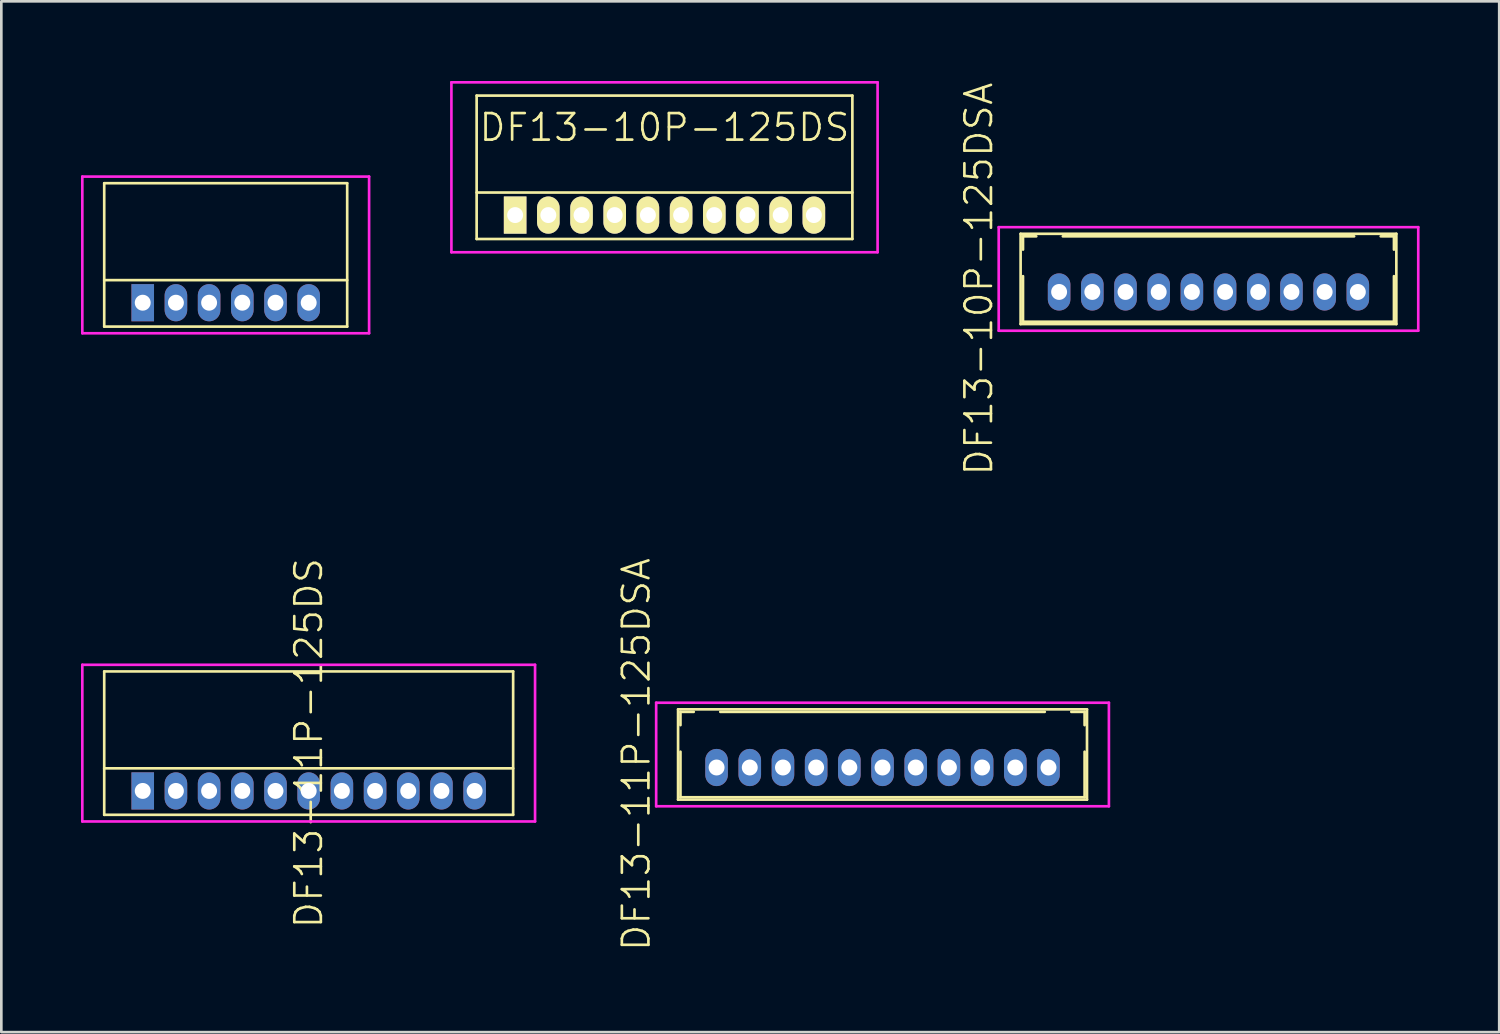
<source format=kicad_pcb>
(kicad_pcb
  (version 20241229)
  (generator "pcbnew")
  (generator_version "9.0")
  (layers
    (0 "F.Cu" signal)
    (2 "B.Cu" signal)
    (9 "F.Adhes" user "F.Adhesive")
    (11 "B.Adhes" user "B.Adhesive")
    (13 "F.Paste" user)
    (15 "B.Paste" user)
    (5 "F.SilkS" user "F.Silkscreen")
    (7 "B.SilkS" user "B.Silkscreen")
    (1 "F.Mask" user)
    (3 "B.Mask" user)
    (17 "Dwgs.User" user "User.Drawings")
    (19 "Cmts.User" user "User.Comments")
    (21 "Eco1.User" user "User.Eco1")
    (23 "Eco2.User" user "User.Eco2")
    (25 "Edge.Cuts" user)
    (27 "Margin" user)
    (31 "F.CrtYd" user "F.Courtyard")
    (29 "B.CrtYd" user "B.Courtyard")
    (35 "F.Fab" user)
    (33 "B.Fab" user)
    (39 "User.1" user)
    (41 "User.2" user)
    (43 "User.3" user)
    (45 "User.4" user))
  (footprint "DF13-10P-125DSA"
    (layer "F.Cu")
    (at 42.461 7.945)
    (property "Reference" "DF13-10P-125DSA" (at -8.65 -0.49 90) (layer "F.SilkS") (effects (font (size 1 1) (thickness 0.1))))
    (attr through_hole)
    (fp_line (start -7.075 -2.19) (end -7.075 1.21) (stroke (width 0.1) (type solid)) (layer "F.SilkS"))
    (fp_line (start -7.075 -2.19) (end 7.075 -2.19) (stroke (width 0.1) (type solid)) (layer "F.SilkS"))
    (fp_line (start -7.075 1.21) (end 7.075 1.21) (stroke (width 0.1) (type solid)) (layer "F.SilkS"))
    (fp_line (start -6.985 -2.095) (end -6.985 -1.595) (stroke (width 0.1) (type solid)) (layer "F.SilkS"))
    (fp_line (start -6.985 -2.095) (end -6.485 -2.095) (stroke (width 0.1) (type solid)) (layer "F.SilkS"))
    (fp_line (start -6.985 -0.595) (end -6.985 1.12) (stroke (width 0.1) (type solid)) (layer "F.SilkS"))
    (fp_line (start -6.985 1.12) (end 6.985 1.12) (stroke (width 0.1) (type solid)) (layer "F.SilkS"))
    (fp_line (start -5.485 -2.095) (end 5.485 -2.095) (stroke (width 0.1) (type solid)) (layer "F.SilkS"))
    (fp_line (start 6.485 -2.095) (end 6.985 -2.095) (stroke (width 0.1) (type solid)) (layer "F.SilkS"))
    (fp_line (start 6.985 -2.095) (end 6.985 -1.595) (stroke (width 0.1) (type solid)) (layer "F.SilkS"))
    (fp_line (start 6.985 -0.595) (end 6.985 1.12) (stroke (width 0.1) (type solid)) (layer "F.SilkS"))
    (fp_line (start 7.075 -2.19) (end 7.075 1.21) (stroke (width 0.1) (type solid)) (layer "F.SilkS"))
    (fp_line (start -7.9 -2.44) (end -7.9 1.46) (stroke (width 0.1) (type solid)) (layer "F.CrtYd"))
    (fp_line (start -7.9 1.46) (end 7.9 1.46) (stroke (width 0.1) (type solid)) (layer "F.CrtYd"))
    (fp_line (start 7.9 -2.44) (end -7.9 -2.44) (stroke (width 0.1) (type solid)) (layer "F.CrtYd"))
    (fp_line (start 7.9 1.46) (end 7.9 -2.44) (stroke (width 0.1) (type solid)) (layer "F.CrtYd"))
    (pad "1" thru_hole oval (at -5.625 0) (size 0.85 1.4) (drill 0.6) (layers "*.Cu" "*.Mask"))
    (pad "2" thru_hole oval (at -4.375 0) (size 0.85 1.4) (drill 0.6) (layers "*.Cu" "*.Mask"))
    (pad "3" thru_hole oval (at -3.125 0) (size 0.85 1.4) (drill 0.6) (layers "*.Cu" "*.Mask"))
    (pad "4" thru_hole oval (at -1.875 0) (size 0.85 1.4) (drill 0.6) (layers "*.Cu" "*.Mask"))
    (pad "5" thru_hole oval (at -0.625 0) (size 0.85 1.4) (drill 0.6) (layers "*.Cu" "*.Mask"))
    (pad "6" thru_hole oval (at 0.625 0) (size 0.85 1.4) (drill 0.6) (layers "*.Cu" "*.Mask"))
    (pad "7" thru_hole oval (at 1.875 0) (size 0.85 1.4) (drill 0.6) (layers "*.Cu" "*.Mask"))
    (pad "8" thru_hole oval (at 3.125 0) (size 0.85 1.4) (drill 0.6) (layers "*.Cu" "*.Mask"))
    (pad "9" thru_hole oval (at 4.375 0) (size 0.85 1.4) (drill 0.6) (layers "*.Cu" "*.Mask"))
    (pad "10" thru_hole oval (at 5.625 0) (size 0.85 1.4) (drill 0.6) (layers "*.Cu" "*.Mask")))
  (footprint "DF13-11P-125DSA"
    (layer "F.Cu")
    (at 30.186 25.854)
    (property "Reference" "DF13-11P-125DSA" (at -9.275 -0.49 90) (layer "F.SilkS") (effects (font (size 1 1) (thickness 0.1))))
    (attr through_hole)
    (fp_line (start -7.7 -2.19) (end -7.7 1.21) (stroke (width 0.1) (type solid)) (layer "F.SilkS"))
    (fp_line (start -7.7 -2.19) (end 7.7 -2.19) (stroke (width 0.1) (type solid)) (layer "F.SilkS"))
    (fp_line (start -7.7 1.21) (end 7.7 1.21) (stroke (width 0.1) (type solid)) (layer "F.SilkS"))
    (fp_line (start -7.61 -2.095) (end -7.61 -1.595) (stroke (width 0.1) (type solid)) (layer "F.SilkS"))
    (fp_line (start -7.61 -2.095) (end -7.11 -2.095) (stroke (width 0.1) (type solid)) (layer "F.SilkS"))
    (fp_line (start -7.61 -0.595) (end -7.61 1.12) (stroke (width 0.1) (type solid)) (layer "F.SilkS"))
    (fp_line (start -7.61 1.12) (end 7.61 1.12) (stroke (width 0.1) (type solid)) (layer "F.SilkS"))
    (fp_line (start -6.11 -2.095) (end 6.11 -2.095) (stroke (width 0.1) (type solid)) (layer "F.SilkS"))
    (fp_line (start 7.11 -2.095) (end 7.61 -2.095) (stroke (width 0.1) (type solid)) (layer "F.SilkS"))
    (fp_line (start 7.61 -2.095) (end 7.61 -1.595) (stroke (width 0.1) (type solid)) (layer "F.SilkS"))
    (fp_line (start 7.61 -0.595) (end 7.61 1.12) (stroke (width 0.1) (type solid)) (layer "F.SilkS"))
    (fp_line (start 7.7 -2.19) (end 7.7 1.21) (stroke (width 0.1) (type solid)) (layer "F.SilkS"))
    (fp_line (start -8.525 -2.44) (end -8.525 1.46) (stroke (width 0.1) (type solid)) (layer "F.CrtYd"))
    (fp_line (start -8.525 1.46) (end 8.525 1.46) (stroke (width 0.1) (type solid)) (layer "F.CrtYd"))
    (fp_line (start 8.525 -2.44) (end -8.525 -2.44) (stroke (width 0.1) (type solid)) (layer "F.CrtYd"))
    (fp_line (start 8.525 1.46) (end 8.525 -2.44) (stroke (width 0.1) (type solid)) (layer "F.CrtYd"))
    (pad "1" thru_hole oval (at -6.25 0) (size 0.85 1.4) (drill 0.6) (layers "*.Cu" "*.Mask"))
    (pad "2" thru_hole oval (at -5 0) (size 0.85 1.4) (drill 0.6) (layers "*.Cu" "*.Mask"))
    (pad "3" thru_hole oval (at -3.75 0) (size 0.85 1.4) (drill 0.6) (layers "*.Cu" "*.Mask"))
    (pad "4" thru_hole oval (at -2.5 0) (size 0.85 1.4) (drill 0.6) (layers "*.Cu" "*.Mask"))
    (pad "5" thru_hole oval (at -1.25 0) (size 0.85 1.4) (drill 0.6) (layers "*.Cu" "*.Mask"))
    (pad "6" thru_hole oval (at 0 0) (size 0.85 1.4) (drill 0.6) (layers "*.Cu" "*.Mask"))
    (pad "7" thru_hole oval (at 1.25 0) (size 0.85 1.4) (drill 0.6) (layers "*.Cu" "*.Mask"))
    (pad "8" thru_hole oval (at 2.5 0) (size 0.85 1.4) (drill 0.6) (layers "*.Cu" "*.Mask"))
    (pad "9" thru_hole oval (at 3.75 0) (size 0.85 1.4) (drill 0.6) (layers "*.Cu" "*.Mask"))
    (pad "10" thru_hole oval (at 5 0) (size 0.85 1.4) (drill 0.6) (layers "*.Cu" "*.Mask"))
    (pad "11" thru_hole oval (at 6.25 0) (size 0.85 1.4) (drill 0.6) (layers "*.Cu" "*.Mask")))
  (footprint "DF13-11P-125DS"
    (layer "F.Cu")
    (at 8.575 26.736)
    (property "Reference" "DF13-11P-125DS" (at 0 -1.8 90) (layer "F.SilkS") (effects (font (size 1 1) (thickness 0.1))))
    (attr through_hole)
    (fp_line (start -7.7 -4.5) (end -7.7 0.9) (stroke (width 0.1) (type solid)) (layer "F.SilkS"))
    (fp_line (start -7.7 -4.5) (end 7.7 -4.5) (stroke (width 0.1) (type solid)) (layer "F.SilkS"))
    (fp_line (start -7.7 -0.85) (end 7.7 -0.85) (stroke (width 0.1) (type solid)) (layer "F.SilkS"))
    (fp_line (start -7.7 0.9) (end 7.7 0.9) (stroke (width 0.1) (type solid)) (layer "F.SilkS"))
    (fp_line (start 7.7 -4.5) (end 7.7 0.9) (stroke (width 0.1) (type solid)) (layer "F.SilkS"))
    (fp_line (start -8.525 -4.75) (end -8.525 1.15) (stroke (width 0.1) (type solid)) (layer "F.CrtYd"))
    (fp_line (start -8.525 1.15) (end 8.525 1.15) (stroke (width 0.1) (type solid)) (layer "F.CrtYd"))
    (fp_line (start 8.525 -4.75) (end -8.525 -4.75) (stroke (width 0.1) (type solid)) (layer "F.CrtYd"))
    (fp_line (start 8.525 1.15) (end 8.525 -4.75) (stroke (width 0.1) (type solid)) (layer "F.CrtYd"))
    (pad "1" thru_hole rect (at -6.25 0) (size 0.85 1.4) (drill 0.6) (layers "*.Cu" "*.Mask"))
    (pad "2" thru_hole oval (at -5 0) (size 0.85 1.4) (drill 0.6) (layers "*.Cu" "*.Mask"))
    (pad "3" thru_hole oval (at -3.75 0) (size 0.85 1.4) (drill 0.6) (layers "*.Cu" "*.Mask"))
    (pad "4" thru_hole oval (at -2.5 0) (size 0.85 1.4) (drill 0.6) (layers "*.Cu" "*.Mask"))
    (pad "5" thru_hole oval (at -1.25 0) (size 0.85 1.4) (drill 0.6) (layers "*.Cu" "*.Mask"))
    (pad "6" thru_hole oval (at 0 0) (size 0.85 1.4) (drill 0.6) (layers "*.Cu" "*.Mask"))
    (pad "7" thru_hole oval (at 1.25 0) (size 0.85 1.4) (drill 0.6) (layers "*.Cu" "*.Mask"))
    (pad "8" thru_hole oval (at 2.5 0) (size 0.85 1.4) (drill 0.6) (layers "*.Cu" "*.Mask"))
    (pad "9" thru_hole oval (at 3.75 0) (size 0.85 1.4) (drill 0.6) (layers "*.Cu" "*.Mask"))
    (pad "10" thru_hole oval (at 5 0) (size 0.85 1.4) (drill 0.6) (layers "*.Cu" "*.Mask"))
    (pad "11" thru_hole oval (at 6.25 0) (size 0.85 1.4) (drill 0.6) (layers "*.Cu" "*.Mask")))
  (footprint "DF13-10P-125DS"
    (layer "F.Cu")
    (at 21.975 5.05)
    (property "Reference" "DF13-10P-125DS" (at 0 -3.3 0) (layer "F.SilkS") (effects (font (size 1 1) (thickness 0.1))))
    (attr through_hole)
    (fp_line (start -7.075 -4.5) (end -7.075 0.9) (stroke (width 0.1) (type solid)) (layer "F.SilkS"))
    (fp_line (start -7.075 -4.5) (end 7.075 -4.5) (stroke (width 0.1) (type solid)) (layer "F.SilkS"))
    (fp_line (start -7.075 -0.85) (end 7.075 -0.85) (stroke (width 0.1) (type solid)) (layer "F.SilkS"))
    (fp_line (start -7.075 0.9) (end 7.075 0.9) (stroke (width 0.1) (type solid)) (layer "F.SilkS"))
    (fp_line (start 7.075 -4.5) (end 7.075 0.9) (stroke (width 0.1) (type solid)) (layer "F.SilkS"))
    (fp_line (start -8.025 -5) (end -8.025 1.4) (stroke (width 0.1) (type solid)) (layer "F.CrtYd"))
    (fp_line (start -8.025 1.4) (end 8.025 1.4) (stroke (width 0.1) (type solid)) (layer "F.CrtYd"))
    (fp_line (start 8.025 -5) (end -8.025 -5) (stroke (width 0.1) (type solid)) (layer "F.CrtYd"))
    (fp_line (start 8.025 1.4) (end 8.025 -5) (stroke (width 0.1) (type solid)) (layer "F.CrtYd"))
    (pad "1" thru_hole rect (at -5.625 0) (size 0.85 1.4) (drill 0.6) (layers "*.Cu" "*.Mask" "F.SilkS"))
    (pad "2" thru_hole oval (at -4.375 0) (size 0.85 1.4) (drill 0.6) (layers "*.Cu" "*.Mask" "F.SilkS"))
    (pad "3" thru_hole oval (at -3.125 0) (size 0.85 1.4) (drill 0.6) (layers "*.Cu" "*.Mask" "F.SilkS"))
    (pad "4" thru_hole oval (at -1.875 0) (size 0.85 1.4) (drill 0.6) (layers "*.Cu" "*.Mask" "F.SilkS"))
    (pad "5" thru_hole oval (at -0.625 0) (size 0.85 1.4) (drill 0.6) (layers "*.Cu" "*.Mask" "F.SilkS"))
    (pad "6" thru_hole oval (at 0.625 0) (size 0.85 1.4) (drill 0.6) (layers "*.Cu" "*.Mask" "F.SilkS"))
    (pad "7" thru_hole oval (at 1.875 0) (size 0.85 1.4) (drill 0.6) (layers "*.Cu" "*.Mask" "F.SilkS"))
    (pad "8" thru_hole oval (at 3.125 0) (size 0.85 1.4) (drill 0.6) (layers "*.Cu" "*.Mask" "F.SilkS"))
    (pad "9" thru_hole oval (at 4.375 0) (size 0.85 1.4) (drill 0.6) (layers "*.Cu" "*.Mask" "F.SilkS"))
    (pad "10" thru_hole oval (at 5.625 0) (size 0.85 1.4) (drill 0.6) (layers "*.Cu" "*.Mask" "F.SilkS")))
  (footprint "DF13-6P-125DS"
    (layer "F.Cu")
    (at 5.45 8.35)
    (property "Reference" "DF13-6P-125DS" (at 0 -1.8 90) (layer "User.1") (effects (font (size 1 1) (thickness 0.1))))
    (attr through_hole)
    (fp_line (start -4.575 -4.5) (end -4.575 0.9) (stroke (width 0.1) (type solid)) (layer "F.SilkS"))
    (fp_line (start -4.575 -4.5) (end 4.575 -4.5) (stroke (width 0.1) (type solid)) (layer "F.SilkS"))
    (fp_line (start -4.575 -0.85) (end 4.575 -0.85) (stroke (width 0.1) (type solid)) (layer "F.SilkS"))
    (fp_line (start -4.575 0.9) (end 4.575 0.9) (stroke (width 0.1) (type solid)) (layer "F.SilkS"))
    (fp_line (start 4.575 -4.5) (end 4.575 0.9) (stroke (width 0.1) (type solid)) (layer "F.SilkS"))
    (fp_line (start -5.4 -4.75) (end -5.4 1.15) (stroke (width 0.1) (type solid)) (layer "F.CrtYd"))
    (fp_line (start -5.4 1.15) (end 5.4 1.15) (stroke (width 0.1) (type solid)) (layer "F.CrtYd"))
    (fp_line (start 5.4 -4.75) (end -5.4 -4.75) (stroke (width 0.1) (type solid)) (layer "F.CrtYd"))
    (fp_line (start 5.4 1.15) (end 5.4 -4.75) (stroke (width 0.1) (type solid)) (layer "F.CrtYd"))
    (pad "1" thru_hole rect (at -3.125 0) (size 0.85 1.4) (drill 0.6) (layers "*.Cu" "*.Mask"))
    (pad "2" thru_hole oval (at -1.875 0) (size 0.85 1.4) (drill 0.6) (layers "*.Cu" "*.Mask"))
    (pad "3" thru_hole oval (at -0.625 0) (size 0.85 1.4) (drill 0.6) (layers "*.Cu" "*.Mask"))
    (pad "4" thru_hole oval (at 0.625 0) (size 0.85 1.4) (drill 0.6) (layers "*.Cu" "*.Mask"))
    (pad "5" thru_hole oval (at 1.875 0) (size 0.85 1.4) (drill 0.6) (layers "*.Cu" "*.Mask"))
    (pad "6" thru_hole oval (at 3.125 0) (size 0.85 1.4) (drill 0.6) (layers "*.Cu" "*.Mask")))
  (gr_rect
    (start -3 -3)
    (end 53.41 35.819)
    (stroke (width 0.1) (type default))
    (fill no)
    (layer "Edge.Cuts")))
</source>
